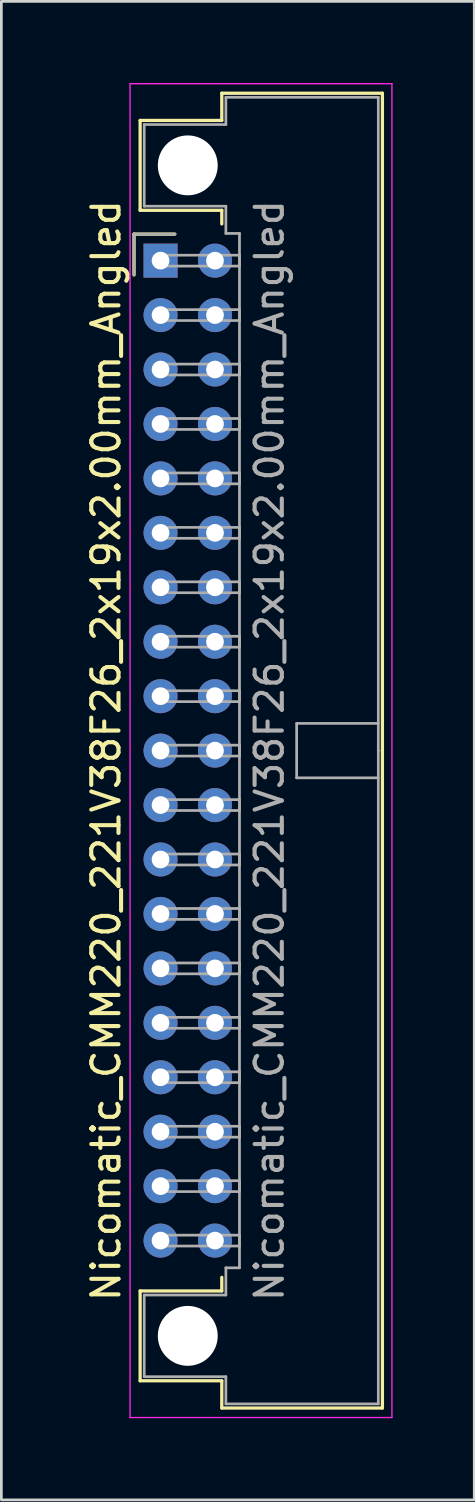
<source format=kicad_pcb>
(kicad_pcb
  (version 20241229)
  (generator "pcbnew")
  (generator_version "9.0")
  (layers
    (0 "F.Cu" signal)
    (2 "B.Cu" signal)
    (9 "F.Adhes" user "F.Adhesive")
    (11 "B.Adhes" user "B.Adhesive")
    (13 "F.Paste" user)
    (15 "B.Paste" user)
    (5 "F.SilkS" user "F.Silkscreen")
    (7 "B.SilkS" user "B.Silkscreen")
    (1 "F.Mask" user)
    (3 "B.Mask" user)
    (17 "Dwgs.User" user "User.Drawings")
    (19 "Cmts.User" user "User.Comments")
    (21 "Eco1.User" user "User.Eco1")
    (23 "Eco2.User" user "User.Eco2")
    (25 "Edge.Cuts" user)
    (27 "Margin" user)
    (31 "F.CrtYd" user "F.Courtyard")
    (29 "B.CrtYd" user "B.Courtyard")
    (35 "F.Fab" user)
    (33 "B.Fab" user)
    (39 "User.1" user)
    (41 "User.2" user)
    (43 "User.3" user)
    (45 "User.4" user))
  (footprint "Nicomatic_CMM220_221V38F26_2x19x2.00mm_Angled"
    (layer "F.Cu")
    (at 2.848 6.525)
    (property "Reference" "Nicomatic_CMM220_221V38F26_2x19x2.00mm_Angled" (at -2 18 90) (layer "F.SilkS") (effects (font (size 1 1) (thickness 0.15))))
    (attr through_hole)
    (fp_line (start -0.975 -0.975) (end -0.975 0.525) (stroke (width 0.12) (type solid)) (layer "F.SilkS"))
    (fp_line (start -0.75 -5.15) (end -0.75 -1.85) (stroke (width 0.12) (type solid)) (layer "F.SilkS"))
    (fp_line (start -0.75 -1.85) (end 2.25 -1.85) (stroke (width 0.12) (type solid)) (layer "F.SilkS"))
    (fp_line (start -0.75 37.85) (end 2.25 37.85) (stroke (width 0.12) (type solid)) (layer "F.SilkS"))
    (fp_line (start -0.75 41.15) (end -0.75 37.85) (stroke (width 0.12) (type solid)) (layer "F.SilkS"))
    (fp_line (start 0.525 -0.975) (end -0.975 -0.975) (stroke (width 0.12) (type solid)) (layer "F.SilkS"))
    (fp_line (start 2.25 -6.15) (end 2.25 -5.15) (stroke (width 0.12) (type solid)) (layer "F.SilkS"))
    (fp_line (start 2.25 -5.15) (end -0.75 -5.15) (stroke (width 0.12) (type solid)) (layer "F.SilkS"))
    (fp_line (start 2.25 -1.85) (end 2.25 -1.35) (stroke (width 0.12) (type solid)) (layer "F.SilkS"))
    (fp_line (start 2.25 37.85) (end 2.25 37.35) (stroke (width 0.12) (type solid)) (layer "F.SilkS"))
    (fp_line (start 2.25 41.15) (end -0.75 41.15) (stroke (width 0.12) (type solid)) (layer "F.SilkS"))
    (fp_line (start 2.25 42.15) (end 2.25 41.15) (stroke (width 0.12) (type solid)) (layer "F.SilkS"))
    (fp_line (start 8.15 -6.15) (end 2.25 -6.15) (stroke (width 0.12) (type solid)) (layer "F.SilkS"))
    (fp_line (start 8.15 18) (end 8.15 -6.15) (stroke (width 0.12) (type solid)) (layer "F.SilkS"))
    (fp_line (start 8.15 18) (end 8.15 42.15) (stroke (width 0.12) (type solid)) (layer "F.SilkS"))
    (fp_line (start 8.15 42.15) (end 2.25 42.15) (stroke (width 0.12) (type solid)) (layer "F.SilkS"))
    (fp_line (start -1.12 -6.5) (end -1.12 42.5) (stroke (width 0.05) (type solid)) (layer "F.CrtYd"))
    (fp_line (start -1.12 42.5) (end 8.5 42.5) (stroke (width 0.05) (type solid)) (layer "F.CrtYd"))
    (fp_line (start 8.5 -6.5) (end -1.12 -6.5) (stroke (width 0.05) (type solid)) (layer "F.CrtYd"))
    (fp_line (start 8.5 42.5) (end 8.5 -6.5) (stroke (width 0.05) (type solid)) (layer "F.CrtYd"))
    (fp_line (start -0.975 -0.975) (end -0.975 0.525) (stroke (width 0.1) (type solid)) (layer "F.Fab"))
    (fp_line (start -0.6 -5) (end -0.6 -2) (stroke (width 0.1) (type solid)) (layer "F.Fab"))
    (fp_line (start -0.6 -2) (end 2.4 -2) (stroke (width 0.1) (type solid)) (layer "F.Fab"))
    (fp_line (start -0.6 38) (end 2.4 38) (stroke (width 0.1) (type solid)) (layer "F.Fab"))
    (fp_line (start -0.6 41) (end -0.6 38) (stroke (width 0.1) (type solid)) (layer "F.Fab"))
    (fp_line (start 0 -0.2) (end 0 0.2) (stroke (width 0.1) (type solid)) (layer "F.Fab"))
    (fp_line (start 0 0.2) (end 2.9 0.2) (stroke (width 0.1) (type solid)) (layer "F.Fab"))
    (fp_line (start 0 1.8) (end 0 2.2) (stroke (width 0.1) (type solid)) (layer "F.Fab"))
    (fp_line (start 0 2.2) (end 2.9 2.2) (stroke (width 0.1) (type solid)) (layer "F.Fab"))
    (fp_line (start 0 3.8) (end 0 4.2) (stroke (width 0.1) (type solid)) (layer "F.Fab"))
    (fp_line (start 0 4.2) (end 2.9 4.2) (stroke (width 0.1) (type solid)) (layer "F.Fab"))
    (fp_line (start 0 5.8) (end 0 6.2) (stroke (width 0.1) (type solid)) (layer "F.Fab"))
    (fp_line (start 0 6.2) (end 2.9 6.2) (stroke (width 0.1) (type solid)) (layer "F.Fab"))
    (fp_line (start 0 7.8) (end 0 8.2) (stroke (width 0.1) (type solid)) (layer "F.Fab"))
    (fp_line (start 0 8.2) (end 2.9 8.2) (stroke (width 0.1) (type solid)) (layer "F.Fab"))
    (fp_line (start 0 9.8) (end 0 10.2) (stroke (width 0.1) (type solid)) (layer "F.Fab"))
    (fp_line (start 0 10.2) (end 2.9 10.2) (stroke (width 0.1) (type solid)) (layer "F.Fab"))
    (fp_line (start 0 11.8) (end 0 12.2) (stroke (width 0.1) (type solid)) (layer "F.Fab"))
    (fp_line (start 0 12.2) (end 2.9 12.2) (stroke (width 0.1) (type solid)) (layer "F.Fab"))
    (fp_line (start 0 13.8) (end 0 14.2) (stroke (width 0.1) (type solid)) (layer "F.Fab"))
    (fp_line (start 0 14.2) (end 2.9 14.2) (stroke (width 0.1) (type solid)) (layer "F.Fab"))
    (fp_line (start 0 15.8) (end 0 16.2) (stroke (width 0.1) (type solid)) (layer "F.Fab"))
    (fp_line (start 0 16.2) (end 2.9 16.2) (stroke (width 0.1) (type solid)) (layer "F.Fab"))
    (fp_line (start 0 17.8) (end 0 18.2) (stroke (width 0.1) (type solid)) (layer "F.Fab"))
    (fp_line (start 0 18.2) (end 2.9 18.2) (stroke (width 0.1) (type solid)) (layer "F.Fab"))
    (fp_line (start 0 19.8) (end 0 20.2) (stroke (width 0.1) (type solid)) (layer "F.Fab"))
    (fp_line (start 0 20.2) (end 2.9 20.2) (stroke (width 0.1) (type solid)) (layer "F.Fab"))
    (fp_line (start 0 21.8) (end 0 22.2) (stroke (width 0.1) (type solid)) (layer "F.Fab"))
    (fp_line (start 0 22.2) (end 2.9 22.2) (stroke (width 0.1) (type solid)) (layer "F.Fab"))
    (fp_line (start 0 23.8) (end 0 24.2) (stroke (width 0.1) (type solid)) (layer "F.Fab"))
    (fp_line (start 0 24.2) (end 2.9 24.2) (stroke (width 0.1) (type solid)) (layer "F.Fab"))
    (fp_line (start 0 25.8) (end 0 26.2) (stroke (width 0.1) (type solid)) (layer "F.Fab"))
    (fp_line (start 0 26.2) (end 2.9 26.2) (stroke (width 0.1) (type solid)) (layer "F.Fab"))
    (fp_line (start 0 27.8) (end 0 28.2) (stroke (width 0.1) (type solid)) (layer "F.Fab"))
    (fp_line (start 0 28.2) (end 2.9 28.2) (stroke (width 0.1) (type solid)) (layer "F.Fab"))
    (fp_line (start 0 29.8) (end 0 30.2) (stroke (width 0.1) (type solid)) (layer "F.Fab"))
    (fp_line (start 0 30.2) (end 2.9 30.2) (stroke (width 0.1) (type solid)) (layer "F.Fab"))
    (fp_line (start 0 31.8) (end 0 32.2) (stroke (width 0.1) (type solid)) (layer "F.Fab"))
    (fp_line (start 0 32.2) (end 2.9 32.2) (stroke (width 0.1) (type solid)) (layer "F.Fab"))
    (fp_line (start 0 33.8) (end 0 34.2) (stroke (width 0.1) (type solid)) (layer "F.Fab"))
    (fp_line (start 0 34.2) (end 2.9 34.2) (stroke (width 0.1) (type solid)) (layer "F.Fab"))
    (fp_line (start 0 35.8) (end 0 36.2) (stroke (width 0.1) (type solid)) (layer "F.Fab"))
    (fp_line (start 0 36.2) (end 2.9 36.2) (stroke (width 0.1) (type solid)) (layer "F.Fab"))
    (fp_line (start 0.525 -0.975) (end -0.975 -0.975) (stroke (width 0.1) (type solid)) (layer "F.Fab"))
    (fp_line (start 2.4 -6) (end 2.4 -5) (stroke (width 0.1) (type solid)) (layer "F.Fab"))
    (fp_line (start 2.4 -5) (end -0.6 -5) (stroke (width 0.1) (type solid)) (layer "F.Fab"))
    (fp_line (start 2.4 -2) (end 2.4 -1) (stroke (width 0.1) (type solid)) (layer "F.Fab"))
    (fp_line (start 2.4 -1) (end 2.9 -1) (stroke (width 0.1) (type solid)) (layer "F.Fab"))
    (fp_line (start 2.4 37) (end 2.9 37) (stroke (width 0.1) (type solid)) (layer "F.Fab"))
    (fp_line (start 2.4 38) (end 2.4 37) (stroke (width 0.1) (type solid)) (layer "F.Fab"))
    (fp_line (start 2.4 41) (end -0.6 41) (stroke (width 0.1) (type solid)) (layer "F.Fab"))
    (fp_line (start 2.4 42) (end 2.4 41) (stroke (width 0.1) (type solid)) (layer "F.Fab"))
    (fp_line (start 2.9 -1) (end 2.9 18) (stroke (width 0.1) (type solid)) (layer "F.Fab"))
    (fp_line (start 2.9 -0.2) (end 0 -0.2) (stroke (width 0.1) (type solid)) (layer "F.Fab"))
    (fp_line (start 2.9 0.2) (end 2.9 -0.2) (stroke (width 0.1) (type solid)) (layer "F.Fab"))
    (fp_line (start 2.9 1.8) (end 0 1.8) (stroke (width 0.1) (type solid)) (layer "F.Fab"))
    (fp_line (start 2.9 2.2) (end 2.9 1.8) (stroke (width 0.1) (type solid)) (layer "F.Fab"))
    (fp_line (start 2.9 3.8) (end 0 3.8) (stroke (width 0.1) (type solid)) (layer "F.Fab"))
    (fp_line (start 2.9 4.2) (end 2.9 3.8) (stroke (width 0.1) (type solid)) (layer "F.Fab"))
    (fp_line (start 2.9 5.8) (end 0 5.8) (stroke (width 0.1) (type solid)) (layer "F.Fab"))
    (fp_line (start 2.9 6.2) (end 2.9 5.8) (stroke (width 0.1) (type solid)) (layer "F.Fab"))
    (fp_line (start 2.9 7.8) (end 0 7.8) (stroke (width 0.1) (type solid)) (layer "F.Fab"))
    (fp_line (start 2.9 8.2) (end 2.9 7.8) (stroke (width 0.1) (type solid)) (layer "F.Fab"))
    (fp_line (start 2.9 9.8) (end 0 9.8) (stroke (width 0.1) (type solid)) (layer "F.Fab"))
    (fp_line (start 2.9 10.2) (end 2.9 9.8) (stroke (width 0.1) (type solid)) (layer "F.Fab"))
    (fp_line (start 2.9 11.8) (end 0 11.8) (stroke (width 0.1) (type solid)) (layer "F.Fab"))
    (fp_line (start 2.9 12.2) (end 2.9 11.8) (stroke (width 0.1) (type solid)) (layer "F.Fab"))
    (fp_line (start 2.9 13.8) (end 0 13.8) (stroke (width 0.1) (type solid)) (layer "F.Fab"))
    (fp_line (start 2.9 14.2) (end 2.9 13.8) (stroke (width 0.1) (type solid)) (layer "F.Fab"))
    (fp_line (start 2.9 15.8) (end 0 15.8) (stroke (width 0.1) (type solid)) (layer "F.Fab"))
    (fp_line (start 2.9 16.2) (end 2.9 15.8) (stroke (width 0.1) (type solid)) (layer "F.Fab"))
    (fp_line (start 2.9 17.8) (end 0 17.8) (stroke (width 0.1) (type solid)) (layer "F.Fab"))
    (fp_line (start 2.9 18.2) (end 2.9 17.8) (stroke (width 0.1) (type solid)) (layer "F.Fab"))
    (fp_line (start 2.9 19.8) (end 0 19.8) (stroke (width 0.1) (type solid)) (layer "F.Fab"))
    (fp_line (start 2.9 20.2) (end 2.9 19.8) (stroke (width 0.1) (type solid)) (layer "F.Fab"))
    (fp_line (start 2.9 21.8) (end 0 21.8) (stroke (width 0.1) (type solid)) (layer "F.Fab"))
    (fp_line (start 2.9 22.2) (end 2.9 21.8) (stroke (width 0.1) (type solid)) (layer "F.Fab"))
    (fp_line (start 2.9 23.8) (end 0 23.8) (stroke (width 0.1) (type solid)) (layer "F.Fab"))
    (fp_line (start 2.9 24.2) (end 2.9 23.8) (stroke (width 0.1) (type solid)) (layer "F.Fab"))
    (fp_line (start 2.9 25.8) (end 0 25.8) (stroke (width 0.1) (type solid)) (layer "F.Fab"))
    (fp_line (start 2.9 26.2) (end 2.9 25.8) (stroke (width 0.1) (type solid)) (layer "F.Fab"))
    (fp_line (start 2.9 27.8) (end 0 27.8) (stroke (width 0.1) (type solid)) (layer "F.Fab"))
    (fp_line (start 2.9 28.2) (end 2.9 27.8) (stroke (width 0.1) (type solid)) (layer "F.Fab"))
    (fp_line (start 2.9 29.8) (end 0 29.8) (stroke (width 0.1) (type solid)) (layer "F.Fab"))
    (fp_line (start 2.9 30.2) (end 2.9 29.8) (stroke (width 0.1) (type solid)) (layer "F.Fab"))
    (fp_line (start 2.9 31.8) (end 0 31.8) (stroke (width 0.1) (type solid)) (layer "F.Fab"))
    (fp_line (start 2.9 32.2) (end 2.9 31.8) (stroke (width 0.1) (type solid)) (layer "F.Fab"))
    (fp_line (start 2.9 33.8) (end 0 33.8) (stroke (width 0.1) (type solid)) (layer "F.Fab"))
    (fp_line (start 2.9 34.2) (end 2.9 33.8) (stroke (width 0.1) (type solid)) (layer "F.Fab"))
    (fp_line (start 2.9 35.8) (end 0 35.8) (stroke (width 0.1) (type solid)) (layer "F.Fab"))
    (fp_line (start 2.9 36.2) (end 2.9 35.8) (stroke (width 0.1) (type solid)) (layer "F.Fab"))
    (fp_line (start 2.9 37) (end 2.9 18) (stroke (width 0.1) (type solid)) (layer "F.Fab"))
    (fp_line (start 5 17) (end 5 19) (stroke (width 0.1) (type solid)) (layer "F.Fab"))
    (fp_line (start 5 19) (end 8 19) (stroke (width 0.1) (type solid)) (layer "F.Fab"))
    (fp_line (start 8 -6) (end 2.4 -6) (stroke (width 0.1) (type solid)) (layer "F.Fab"))
    (fp_line (start 8 17) (end 5 17) (stroke (width 0.1) (type solid)) (layer "F.Fab"))
    (fp_line (start 8 18) (end 8 -6) (stroke (width 0.1) (type solid)) (layer "F.Fab"))
    (fp_line (start 8 18) (end 8 42) (stroke (width 0.1) (type solid)) (layer "F.Fab"))
    (fp_line (start 8 42) (end 2.4 42) (stroke (width 0.1) (type solid)) (layer "F.Fab"))
    (fp_text user "${REFERENCE}" (at 4 18 90) (layer "F.Fab") (effects (font (size 1 1) (thickness 0.15))))
    (pad "" np_thru_hole circle (at 1 -3.5) (size 2.2 2.2) (drill 2.2) (layers "*.Cu" "*.Mask"))
    (pad "" np_thru_hole circle (at 1 39.5) (size 2.2 2.2) (drill 2.2) (layers "*.Cu" "*.Mask"))
    (pad "1" thru_hole rect (at 0 0) (size 1.25 1.25) (drill 0.65) (layers "*.Cu" "*.Mask"))
    (pad "2" thru_hole oval (at 0 2) (size 1.25 1.25) (drill 0.65) (layers "*.Cu" "*.Mask"))
    (pad "3" thru_hole oval (at 0 4) (size 1.25 1.25) (drill 0.65) (layers "*.Cu" "*.Mask"))
    (pad "4" thru_hole oval (at 0 6) (size 1.25 1.25) (drill 0.65) (layers "*.Cu" "*.Mask"))
    (pad "5" thru_hole oval (at 0 8) (size 1.25 1.25) (drill 0.65) (layers "*.Cu" "*.Mask"))
    (pad "6" thru_hole oval (at 0 10) (size 1.25 1.25) (drill 0.65) (layers "*.Cu" "*.Mask"))
    (pad "7" thru_hole oval (at 0 12) (size 1.25 1.25) (drill 0.65) (layers "*.Cu" "*.Mask"))
    (pad "8" thru_hole oval (at 0 14) (size 1.25 1.25) (drill 0.65) (layers "*.Cu" "*.Mask"))
    (pad "9" thru_hole oval (at 0 16) (size 1.25 1.25) (drill 0.65) (layers "*.Cu" "*.Mask"))
    (pad "10" thru_hole oval (at 0 18) (size 1.25 1.25) (drill 0.65) (layers "*.Cu" "*.Mask"))
    (pad "11" thru_hole oval (at 0 20) (size 1.25 1.25) (drill 0.65) (layers "*.Cu" "*.Mask"))
    (pad "12" thru_hole oval (at 0 22) (size 1.25 1.25) (drill 0.65) (layers "*.Cu" "*.Mask"))
    (pad "13" thru_hole oval (at 0 24) (size 1.25 1.25) (drill 0.65) (layers "*.Cu" "*.Mask"))
    (pad "14" thru_hole oval (at 0 26) (size 1.25 1.25) (drill 0.65) (layers "*.Cu" "*.Mask"))
    (pad "15" thru_hole oval (at 0 28) (size 1.25 1.25) (drill 0.65) (layers "*.Cu" "*.Mask"))
    (pad "16" thru_hole oval (at 0 30) (size 1.25 1.25) (drill 0.65) (layers "*.Cu" "*.Mask"))
    (pad "17" thru_hole oval (at 0 32) (size 1.25 1.25) (drill 0.65) (layers "*.Cu" "*.Mask"))
    (pad "18" thru_hole oval (at 0 34) (size 1.25 1.25) (drill 0.65) (layers "*.Cu" "*.Mask"))
    (pad "19" thru_hole oval (at 0 36) (size 1.25 1.25) (drill 0.65) (layers "*.Cu" "*.Mask"))
    (pad "20" thru_hole oval (at 2 0) (size 1.25 1.25) (drill 0.65) (layers "*.Cu" "*.Mask"))
    (pad "21" thru_hole oval (at 2 2) (size 1.25 1.25) (drill 0.65) (layers "*.Cu" "*.Mask"))
    (pad "22" thru_hole oval (at 2 4) (size 1.25 1.25) (drill 0.65) (layers "*.Cu" "*.Mask"))
    (pad "23" thru_hole oval (at 2 6) (size 1.25 1.25) (drill 0.65) (layers "*.Cu" "*.Mask"))
    (pad "24" thru_hole oval (at 2 8) (size 1.25 1.25) (drill 0.65) (layers "*.Cu" "*.Mask"))
    (pad "25" thru_hole oval (at 2 10) (size 1.25 1.25) (drill 0.65) (layers "*.Cu" "*.Mask"))
    (pad "26" thru_hole oval (at 2 12) (size 1.25 1.25) (drill 0.65) (layers "*.Cu" "*.Mask"))
    (pad "27" thru_hole oval (at 2 14) (size 1.25 1.25) (drill 0.65) (layers "*.Cu" "*.Mask"))
    (pad "28" thru_hole oval (at 2 16) (size 1.25 1.25) (drill 0.65) (layers "*.Cu" "*.Mask"))
    (pad "29" thru_hole oval (at 2 18) (size 1.25 1.25) (drill 0.65) (layers "*.Cu" "*.Mask"))
    (pad "30" thru_hole oval (at 2 20) (size 1.25 1.25) (drill 0.65) (layers "*.Cu" "*.Mask"))
    (pad "31" thru_hole oval (at 2 22) (size 1.25 1.25) (drill 0.65) (layers "*.Cu" "*.Mask"))
    (pad "32" thru_hole oval (at 2 24) (size 1.25 1.25) (drill 0.65) (layers "*.Cu" "*.Mask"))
    (pad "33" thru_hole oval (at 2 26) (size 1.25 1.25) (drill 0.65) (layers "*.Cu" "*.Mask"))
    (pad "34" thru_hole oval (at 2 28) (size 1.25 1.25) (drill 0.65) (layers "*.Cu" "*.Mask"))
    (pad "35" thru_hole oval (at 2 30) (size 1.25 1.25) (drill 0.65) (layers "*.Cu" "*.Mask"))
    (pad "36" thru_hole oval (at 2 32) (size 1.25 1.25) (drill 0.65) (layers "*.Cu" "*.Mask"))
    (pad "37" thru_hole oval (at 2 34) (size 1.25 1.25) (drill 0.65) (layers "*.Cu" "*.Mask"))
    (pad "38" thru_hole oval (at 2 36) (size 1.25 1.25) (drill 0.65) (layers "*.Cu" "*.Mask")))
  (gr_rect
    (start -3 -3)
    (end 14.373 52.05)
    (stroke (width 0.1) (type default))
    (fill no)
    (layer "Edge.Cuts")))
</source>
